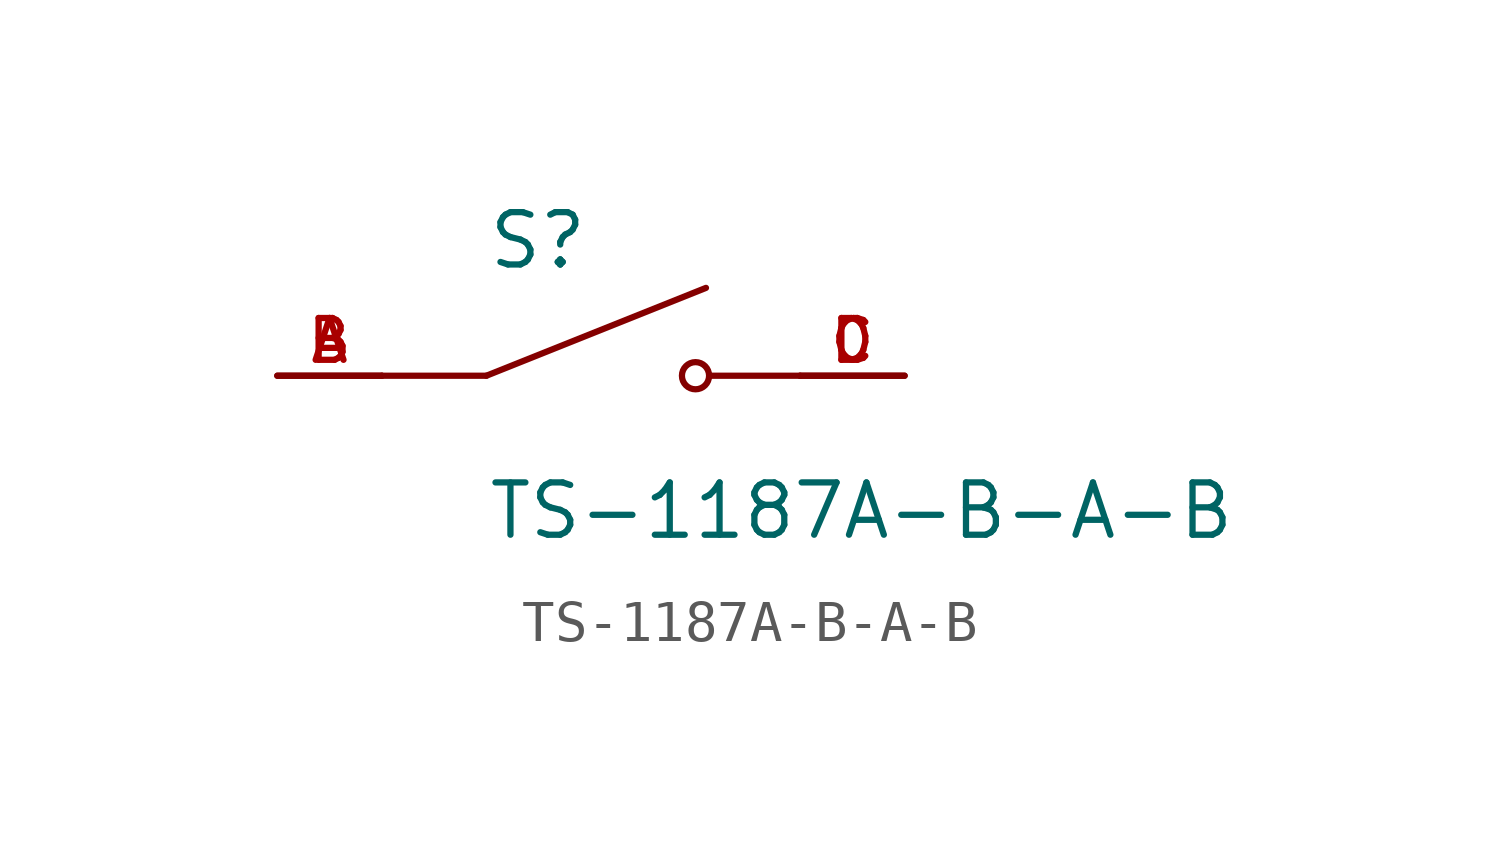
<source format=kicad_sym>
(kicad_symbol_lib
  (version 20220914)
  (generator kicad_symbol_editor)
  (symbol "TS-1187A-B-A-B"
    (pin_names
      (offset 1.016))
    (property "Reference" "S"
      (at -2.54 2.54 0)
      (effects (font (size 1.27 1.27)) (justify left bottom)))
    (property "Value" "TS-1187A-B-A-B"
      (at -2.54 -2.54 0)
      (effects (font (size 1.27 1.27)) (justify left top)))
    (symbol "TS-1187A-B-A-B_0_0"
      (polyline (pts (xy -2.54 0) (xy -5.08 0)) (stroke (width 0.152) (type default)) (fill (type none)))
      (polyline (pts (xy -2.54 0) (xy 2.794 2.134)) (stroke (width 0.152) (type default)) (fill (type none)))
      (polyline (pts (xy 5.08 0) (xy 2.921 0)) (stroke (width 0.152) (type default)) (fill (type none)))
      (circle (center 2.54 0) (radius 0.33) (stroke (width 0.152) (type default)) (fill (type none)))
      (pin passive line (at -7.62 0 0) (length 2.54) (name "~" (effects (font (size 1.016 1.016)))) (number "A" (effects (font (size 1.016 1.016)))))
      (pin passive line (at -7.62 0 0) (length 2.54) (name "~" (effects (font (size 1.016 1.016)))) (number "B" (effects (font (size 1.016 1.016)))))
      (pin passive line (at 7.62 0 180) (length 2.54) (name "~" (effects (font (size 1.016 1.016)))) (number "C" (effects (font (size 1.016 1.016)))))
      (pin passive line (at 7.62 0 180) (length 2.54) (name "~" (effects (font (size 1.016 1.016)))) (number "D" (effects (font (size 1.016 1.016))))))))
</source>
